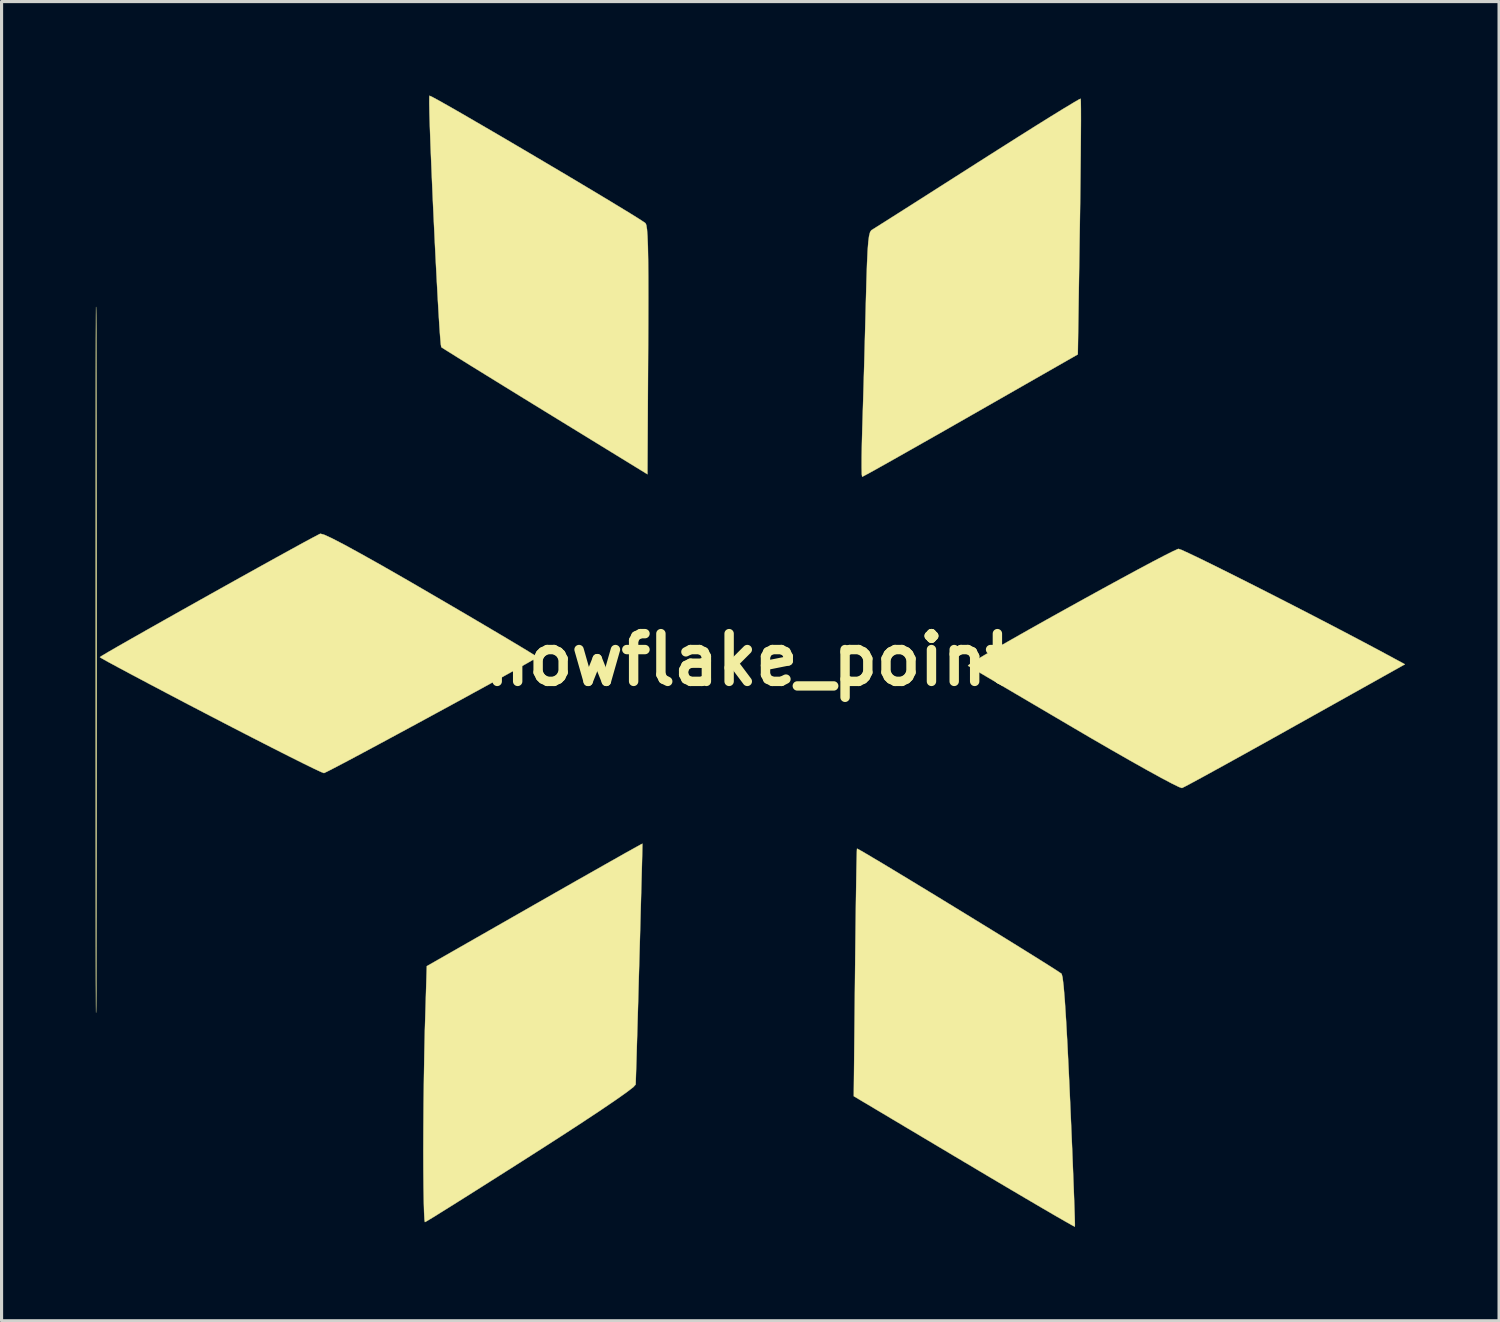
<source format=kicad_pcb>
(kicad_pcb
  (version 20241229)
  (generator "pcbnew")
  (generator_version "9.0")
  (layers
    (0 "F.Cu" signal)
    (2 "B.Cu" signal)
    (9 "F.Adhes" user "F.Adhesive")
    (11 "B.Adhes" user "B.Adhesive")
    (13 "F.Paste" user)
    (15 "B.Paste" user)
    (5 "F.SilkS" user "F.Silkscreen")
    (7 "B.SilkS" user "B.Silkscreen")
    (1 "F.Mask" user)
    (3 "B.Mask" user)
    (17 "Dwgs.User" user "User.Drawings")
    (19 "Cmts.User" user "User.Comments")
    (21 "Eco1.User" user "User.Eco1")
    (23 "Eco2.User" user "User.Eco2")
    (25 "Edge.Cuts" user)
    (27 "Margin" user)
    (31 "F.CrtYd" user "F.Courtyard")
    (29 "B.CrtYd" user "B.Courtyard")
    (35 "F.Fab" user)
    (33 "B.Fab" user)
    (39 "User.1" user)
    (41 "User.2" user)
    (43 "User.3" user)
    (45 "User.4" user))
  (footprint "snowflake_points"
    (layer "F.Cu")
    (at 20.876 18.01)
    (property "Reference" "snowflake_points" (at 0 0 0) (layer "F.SilkS") (effects (font (size 1.524 1.524) (thickness 0.3))))
    (attr through_hole)
    (fp_poly (pts (xy -20.857 -11.148) (xy -20.855 -10.88) (xy -20.853 -10.452) (xy -20.851 -9.862) (xy -20.849 -9.123) (xy -20.846 -7.628) (xy -20.844 -5.996) (xy -20.842 -4.259) (xy -20.841 -2.447) (xy -20.84 -0.594) (xy -20.84 1.27) (xy -20.841 3.112) (xy -20.842 4.9) (xy -20.844 6.603) (xy -20.847 8.189) (xy -20.849 9.123) (xy -20.851 9.876) (xy -20.853 10.463) (xy -20.855 10.887) (xy -20.857 11.152) (xy -20.859 11.261) (xy -20.86 11.217) (xy -20.862 11.023) (xy -20.863 10.683) (xy -20.865 10.2) (xy -20.866 9.578) (xy -20.867 8.819) (xy -20.868 7.927) (xy -20.869 6.905) (xy -20.87 5.757) (xy -20.87 4.486) (xy -20.871 3.094) (xy -20.871 1.586) (xy -20.871 0) (xy -20.871 -1.619) (xy -20.871 -3.124) (xy -20.87 -4.513) (xy -20.87 -5.782) (xy -20.869 -6.928) (xy -20.868 -7.947) (xy -20.867 -8.836) (xy -20.866 -9.592) (xy -20.865 -10.212) (xy -20.863 -10.692) (xy -20.862 -11.029) (xy -20.86 -11.219) (xy -20.859 -11.26) (xy -20.857 -11.148)) (stroke (width 0.01) (type solid)) (fill yes) (layer "F.SilkS"))
    (fp_poly (pts (xy 3.504 6.065) (xy 3.704 6.181) (xy 4.013 6.364) (xy 4.414 6.604) (xy 4.888 6.89) (xy 5.419 7.212) (xy 5.988 7.558) (xy 6.578 7.919) (xy 7.171 8.282) (xy 7.751 8.638) (xy 8.299 8.976) (xy 8.797 9.285) (xy 9.229 9.554) (xy 9.577 9.773) (xy 9.823 9.93) (xy 9.949 10.015) (xy 9.96 10.024) (xy 9.99 10.137) (xy 10.024 10.418) (xy 10.061 10.868) (xy 10.101 11.488) (xy 10.145 12.276) (xy 10.192 13.233) (xy 10.231 14.094) (xy 10.266 14.897) (xy 10.298 15.647) (xy 10.325 16.326) (xy 10.348 16.92) (xy 10.366 17.41) (xy 10.378 17.78) (xy 10.384 18.014) (xy 10.382 18.094) (xy 10.307 18.057) (xy 10.101 17.941) (xy 9.777 17.755) (xy 9.35 17.506) (xy 8.835 17.204) (xy 8.245 16.856) (xy 7.594 16.471) (xy 6.897 16.056) (xy 6.842 16.024) (xy 3.326 13.93) (xy 3.367 9.992) (xy 3.376 9.192) (xy 3.385 8.446) (xy 3.394 7.77) (xy 3.403 7.181) (xy 3.411 6.695) (xy 3.419 6.33) (xy 3.425 6.102) (xy 3.43 6.028) (xy 3.504 6.065)) (stroke (width 0.01) (type solid)) (fill yes) (layer "F.SilkS"))
    (fp_poly (pts (xy -10.14 -17.971) (xy -9.935 -17.86) (xy -9.619 -17.682) (xy -9.21 -17.448) (xy -8.726 -17.167) (xy -8.183 -16.851) (xy -7.599 -16.509) (xy -6.991 -16.151) (xy -6.377 -15.788) (xy -5.774 -15.431) (xy -5.2 -15.088) (xy -4.671 -14.771) (xy -4.206 -14.49) (xy -3.82 -14.255) (xy -3.533 -14.076) (xy -3.361 -13.964) (xy -3.322 -13.935) (xy -3.296 -13.875) (xy -3.275 -13.743) (xy -3.259 -13.524) (xy -3.246 -13.207) (xy -3.238 -12.78) (xy -3.233 -12.231) (xy -3.232 -11.547) (xy -3.234 -10.717) (xy -3.238 -9.879) (xy -3.26 -5.922) (xy -6.519 -7.922) (xy -7.193 -8.336) (xy -7.821 -8.723) (xy -8.391 -9.075) (xy -8.887 -9.381) (xy -9.295 -9.635) (xy -9.599 -9.825) (xy -9.786 -9.943) (xy -9.84 -9.979) (xy -9.856 -10.072) (xy -9.877 -10.314) (xy -9.903 -10.684) (xy -9.932 -11.162) (xy -9.964 -11.729) (xy -9.998 -12.363) (xy -10.033 -13.044) (xy -10.067 -13.752) (xy -10.101 -14.467) (xy -10.132 -15.169) (xy -10.16 -15.837) (xy -10.185 -16.451) (xy -10.204 -16.99) (xy -10.218 -17.435) (xy -10.224 -17.765) (xy -10.223 -17.96) (xy -10.217 -18.005) (xy -10.14 -17.971)) (stroke (width 0.01) (type solid)) (fill yes) (layer "F.SilkS"))
    (fp_poly (pts (xy -3.422 5.953) (xy -3.427 6.185) (xy -3.436 6.546) (xy -3.449 7.015) (xy -3.464 7.572) (xy -3.481 8.196) (xy -3.499 8.867) (xy -3.519 9.565) (xy -3.539 10.27) (xy -3.558 10.96) (xy -3.577 11.616) (xy -3.595 12.218) (xy -3.61 12.744) (xy -3.624 13.175) (xy -3.634 13.49) (xy -3.636 13.557) (xy -3.708 13.637) (xy -3.919 13.8) (xy -4.262 14.043) (xy -4.73 14.361) (xy -5.317 14.751) (xy -6.018 15.207) (xy -6.825 15.725) (xy -6.977 15.822) (xy -7.653 16.253) (xy -8.286 16.654) (xy -8.861 17.018) (xy -9.363 17.334) (xy -9.779 17.594) (xy -10.093 17.79) (xy -10.293 17.911) (xy -10.363 17.949) (xy -10.377 17.868) (xy -10.389 17.64) (xy -10.399 17.286) (xy -10.407 16.828) (xy -10.412 16.289) (xy -10.414 15.69) (xy -10.414 15.684) (xy -10.411 14.947) (xy -10.405 14.143) (xy -10.394 13.326) (xy -10.381 12.547) (xy -10.366 11.862) (xy -10.358 11.599) (xy -10.303 9.779) (xy -6.867 7.817) (xy -6.171 7.42) (xy -5.523 7.051) (xy -4.935 6.718) (xy -4.423 6.428) (xy -4.002 6.19) (xy -3.684 6.013) (xy -3.486 5.903) (xy -3.421 5.87) (xy -3.422 5.953)) (stroke (width 0.01) (type solid)) (fill yes) (layer "F.SilkS"))
    (fp_poly (pts (xy 10.573 -17.82) (xy 10.576 -17.578) (xy 10.577 -17.2) (xy 10.574 -16.702) (xy 10.569 -16.101) (xy 10.562 -15.413) (xy 10.553 -14.656) (xy 10.541 -13.845) (xy 10.54 -13.81) (xy 10.477 -9.748) (xy 7.059 -7.795) (xy 6.364 -7.398) (xy 5.715 -7.029) (xy 5.125 -6.695) (xy 4.611 -6.404) (xy 4.186 -6.165) (xy 3.865 -5.986) (xy 3.662 -5.876) (xy 3.594 -5.842) (xy 3.582 -5.922) (xy 3.577 -6.146) (xy 3.578 -6.489) (xy 3.586 -6.924) (xy 3.599 -7.426) (xy 3.602 -7.514) (xy 3.62 -8.097) (xy 3.641 -8.799) (xy 3.663 -9.568) (xy 3.684 -10.354) (xy 3.704 -11.106) (xy 3.712 -11.415) (xy 3.731 -12.105) (xy 3.749 -12.644) (xy 3.768 -13.05) (xy 3.79 -13.341) (xy 3.816 -13.536) (xy 3.848 -13.653) (xy 3.886 -13.71) (xy 3.895 -13.716) (xy 3.99 -13.775) (xy 4.214 -13.917) (xy 4.55 -14.13) (xy 4.985 -14.406) (xy 5.502 -14.735) (xy 6.088 -15.109) (xy 6.727 -15.516) (xy 7.277 -15.867) (xy 7.944 -16.291) (xy 8.566 -16.685) (xy 9.13 -17.04) (xy 9.621 -17.346) (xy 10.024 -17.594) (xy 10.326 -17.776) (xy 10.512 -17.884) (xy 10.567 -17.909) (xy 10.573 -17.82)) (stroke (width 0.01) (type solid)) (fill yes) (layer "F.SilkS"))
    (fp_poly (pts (xy 13.784 -3.509) (xy 14.01 -3.406) (xy 14.351 -3.243) (xy 14.79 -3.028) (xy 15.308 -2.77) (xy 15.89 -2.478) (xy 16.517 -2.16) (xy 17.172 -1.826) (xy 17.837 -1.484) (xy 18.495 -1.143) (xy 19.128 -0.812) (xy 19.72 -0.5) (xy 20.252 -0.216) (xy 20.344 -0.166) (xy 20.918 0.144) (xy 17.423 2.099) (xy 16.715 2.495) (xy 16.05 2.865) (xy 15.442 3.202) (xy 14.908 3.497) (xy 14.461 3.742) (xy 14.118 3.928) (xy 13.892 4.048) (xy 13.801 4.093) (xy 13.704 4.059) (xy 13.476 3.947) (xy 13.134 3.766) (xy 12.692 3.523) (xy 12.165 3.227) (xy 11.568 2.886) (xy 10.918 2.51) (xy 10.372 2.19) (xy 9.689 1.788) (xy 9.049 1.412) (xy 8.468 1.07) (xy 7.961 0.772) (xy 7.542 0.525) (xy 7.227 0.339) (xy 7.031 0.224) (xy 6.97 0.188) (xy 7.026 0.139) (xy 7.213 0.021) (xy 7.513 -0.159) (xy 7.91 -0.389) (xy 8.384 -0.66) (xy 8.918 -0.963) (xy 9.495 -1.287) (xy 10.097 -1.622) (xy 10.706 -1.959) (xy 11.304 -2.288) (xy 11.873 -2.598) (xy 12.396 -2.881) (xy 12.855 -3.126) (xy 13.233 -3.323) (xy 13.51 -3.462) (xy 13.671 -3.535) (xy 13.691 -3.541) (xy 13.784 -3.509)) (stroke (width 0.01) (type solid)) (fill yes) (layer "F.SilkS"))
    (fp_poly (pts (xy -13.589 -3.996) (xy -13.337 -3.881) (xy -12.945 -3.678) (xy -12.411 -3.386) (xy -11.735 -3.007) (xy -10.917 -2.538) (xy -10.167 -2.102) (xy -9.478 -1.7) (xy -8.836 -1.324) (xy -8.255 -0.981) (xy -7.75 -0.682) (xy -7.335 -0.434) (xy -7.025 -0.246) (xy -6.834 -0.126) (xy -6.776 -0.085) (xy -6.847 -0.038) (xy -7.05 0.08) (xy -7.366 0.257) (xy -7.777 0.486) (xy -8.265 0.755) (xy -8.813 1.055) (xy -9.401 1.377) (xy -10.012 1.709) (xy -10.628 2.044) (xy -11.232 2.37) (xy -11.804 2.679) (xy -12.327 2.959) (xy -12.782 3.202) (xy -13.153 3.398) (xy -13.42 3.536) (xy -13.566 3.608) (xy -13.586 3.616) (xy -13.677 3.581) (xy -13.902 3.476) (xy -14.247 3.307) (xy -14.697 3.082) (xy -15.237 2.809) (xy -15.851 2.495) (xy -16.524 2.149) (xy -17.206 1.795) (xy -17.919 1.424) (xy -18.583 1.075) (xy -19.185 0.758) (xy -19.709 0.48) (xy -20.141 0.249) (xy -20.467 0.073) (xy -20.67 -0.041) (xy -20.738 -0.085) (xy -20.667 -0.132) (xy -20.465 -0.252) (xy -20.15 -0.434) (xy -19.739 -0.668) (xy -19.251 -0.945) (xy -18.702 -1.255) (xy -18.11 -1.588) (xy -17.493 -1.934) (xy -16.868 -2.284) (xy -16.253 -2.627) (xy -15.665 -2.954) (xy -15.122 -3.255) (xy -14.642 -3.519) (xy -14.241 -3.739) (xy -13.938 -3.902) (xy -13.75 -4.001) (xy -13.701 -4.024) (xy -13.589 -3.996)) (stroke (width 0.01) (type solid)) (fill yes) (layer "F.SilkS")))
  (gr_rect
    (start -3 -3)
    (end 44.799 39.109)
    (stroke (width 0.1) (type default))
    (fill no)
    (layer "Edge.Cuts")))
</source>
